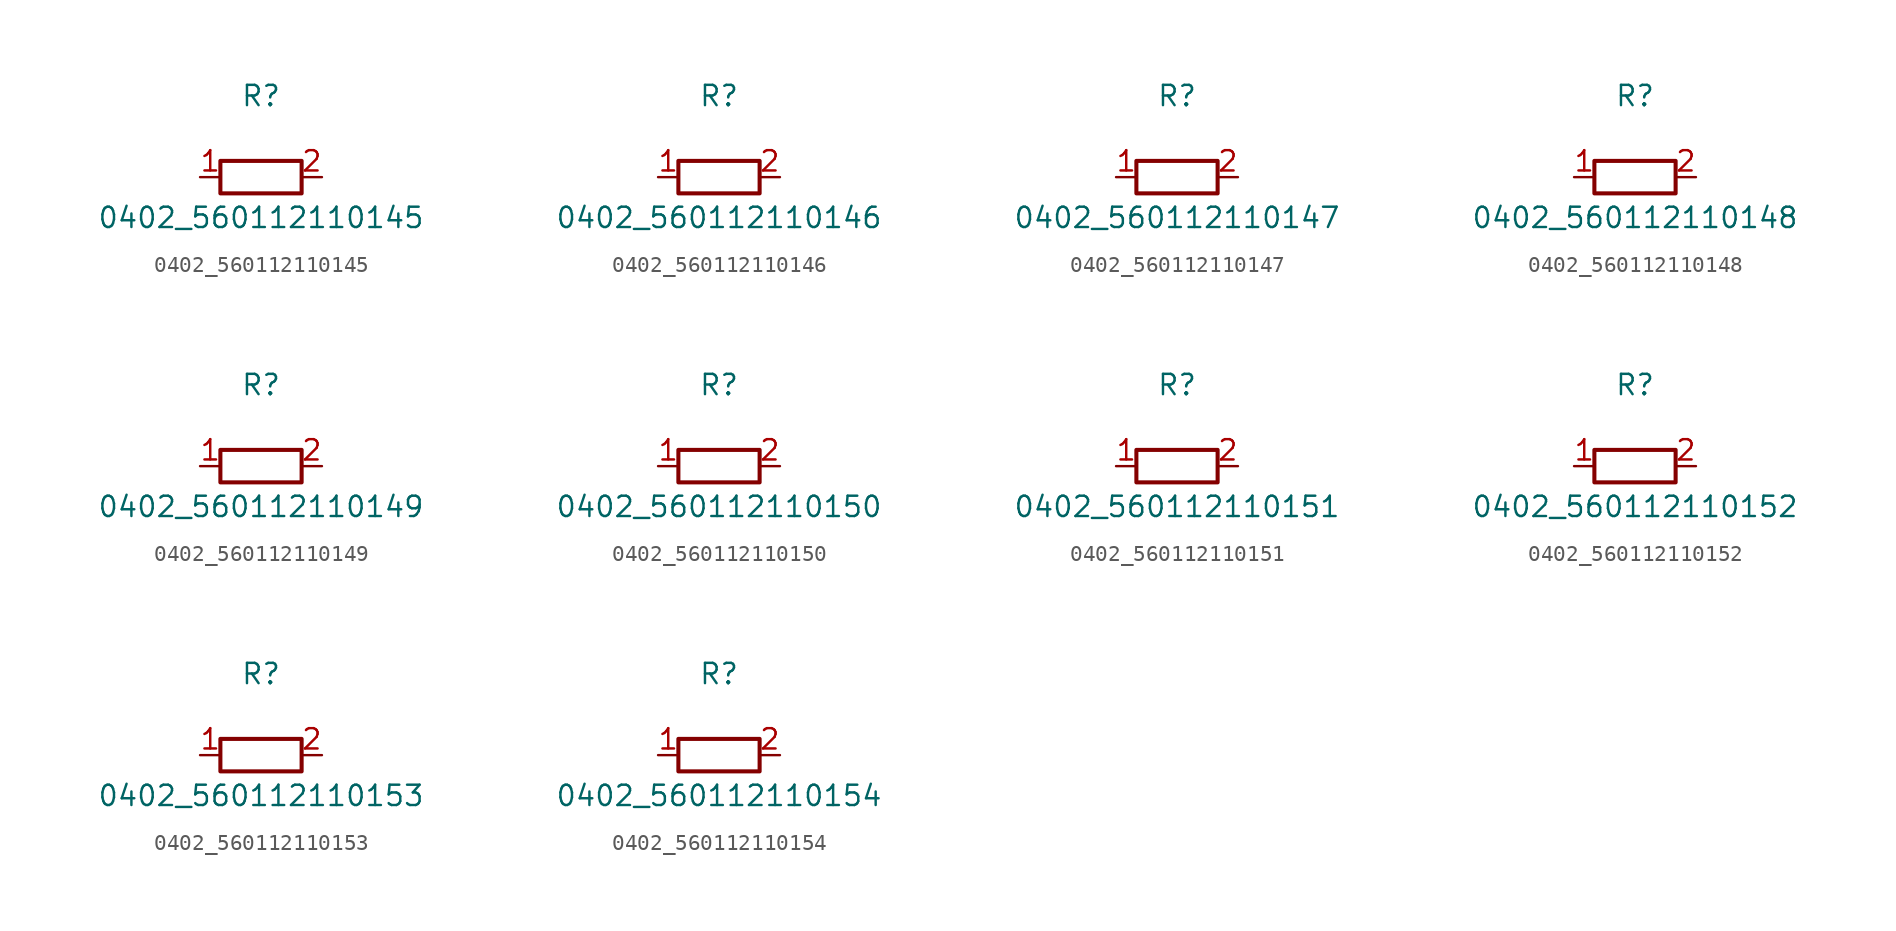
<source format=kicad_sym>
(kicad_symbol_lib
  (version 20220914)
  (generator kicad_symbol_editor)
  (symbol "0402_560112110145"
    (pin_names hide)
    (property "Reference" "R"
      (at 0 5.08 0)
      (effects (font (size 1.27 1.27))))
    (property "Value" "0402_560112110145"
      (at 0 -2.54 0)
      (effects (font (size 1.27 1.27))))
    (symbol "0402_560112110145_0_1"
      (rectangle (start -2.54 -1.016) (end 2.54 1.016) (stroke (width 0.254) (type default)) (fill (type none))))
    (symbol "0402_560112110145_1_1"
      (pin passive line (at -3.81 0 0) (length 1.27) (name "~" (effects (font (size 1.27 1.27)))) (number "1" (effects (font (size 1.27 1.27)))))
      (pin passive line (at 3.81 0 180) (length 1.27) (name "~" (effects (font (size 1.27 1.27)))) (number "2" (effects (font (size 1.27 1.27)))))))
  (symbol "0402_560112110146"
    (pin_names hide)
    (property "Reference" "R"
      (at 0 5.08 0)
      (effects (font (size 1.27 1.27))))
    (property "Value" "0402_560112110146"
      (at 0 -2.54 0)
      (effects (font (size 1.27 1.27))))
    (symbol "0402_560112110146_0_1"
      (rectangle (start -2.54 -1.016) (end 2.54 1.016) (stroke (width 0.254) (type default)) (fill (type none))))
    (symbol "0402_560112110146_1_1"
      (pin passive line (at -3.81 0 0) (length 1.27) (name "~" (effects (font (size 1.27 1.27)))) (number "1" (effects (font (size 1.27 1.27)))))
      (pin passive line (at 3.81 0 180) (length 1.27) (name "~" (effects (font (size 1.27 1.27)))) (number "2" (effects (font (size 1.27 1.27)))))))
  (symbol "0402_560112110147"
    (pin_names hide)
    (property "Reference" "R"
      (at 0 5.08 0)
      (effects (font (size 1.27 1.27))))
    (property "Value" "0402_560112110147"
      (at 0 -2.54 0)
      (effects (font (size 1.27 1.27))))
    (symbol "0402_560112110147_0_1"
      (rectangle (start -2.54 -1.016) (end 2.54 1.016) (stroke (width 0.254) (type default)) (fill (type none))))
    (symbol "0402_560112110147_1_1"
      (pin passive line (at -3.81 0 0) (length 1.27) (name "~" (effects (font (size 1.27 1.27)))) (number "1" (effects (font (size 1.27 1.27)))))
      (pin passive line (at 3.81 0 180) (length 1.27) (name "~" (effects (font (size 1.27 1.27)))) (number "2" (effects (font (size 1.27 1.27)))))))
  (symbol "0402_560112110148"
    (pin_names hide)
    (property "Reference" "R"
      (at 0 5.08 0)
      (effects (font (size 1.27 1.27))))
    (property "Value" "0402_560112110148"
      (at 0 -2.54 0)
      (effects (font (size 1.27 1.27))))
    (symbol "0402_560112110148_0_1"
      (rectangle (start -2.54 -1.016) (end 2.54 1.016) (stroke (width 0.254) (type default)) (fill (type none))))
    (symbol "0402_560112110148_1_1"
      (pin passive line (at -3.81 0 0) (length 1.27) (name "~" (effects (font (size 1.27 1.27)))) (number "1" (effects (font (size 1.27 1.27)))))
      (pin passive line (at 3.81 0 180) (length 1.27) (name "~" (effects (font (size 1.27 1.27)))) (number "2" (effects (font (size 1.27 1.27)))))))
  (symbol "0402_560112110149"
    (pin_names hide)
    (property "Reference" "R"
      (at 0 5.08 0)
      (effects (font (size 1.27 1.27))))
    (property "Value" "0402_560112110149"
      (at 0 -2.54 0)
      (effects (font (size 1.27 1.27))))
    (symbol "0402_560112110149_0_1"
      (rectangle (start -2.54 -1.016) (end 2.54 1.016) (stroke (width 0.254) (type default)) (fill (type none))))
    (symbol "0402_560112110149_1_1"
      (pin passive line (at -3.81 0 0) (length 1.27) (name "~" (effects (font (size 1.27 1.27)))) (number "1" (effects (font (size 1.27 1.27)))))
      (pin passive line (at 3.81 0 180) (length 1.27) (name "~" (effects (font (size 1.27 1.27)))) (number "2" (effects (font (size 1.27 1.27)))))))
  (symbol "0402_560112110150"
    (pin_names hide)
    (property "Reference" "R"
      (at 0 5.08 0)
      (effects (font (size 1.27 1.27))))
    (property "Value" "0402_560112110150"
      (at 0 -2.54 0)
      (effects (font (size 1.27 1.27))))
    (symbol "0402_560112110150_0_1"
      (rectangle (start -2.54 -1.016) (end 2.54 1.016) (stroke (width 0.254) (type default)) (fill (type none))))
    (symbol "0402_560112110150_1_1"
      (pin passive line (at -3.81 0 0) (length 1.27) (name "~" (effects (font (size 1.27 1.27)))) (number "1" (effects (font (size 1.27 1.27)))))
      (pin passive line (at 3.81 0 180) (length 1.27) (name "~" (effects (font (size 1.27 1.27)))) (number "2" (effects (font (size 1.27 1.27)))))))
  (symbol "0402_560112110151"
    (pin_names hide)
    (property "Reference" "R"
      (at 0 5.08 0)
      (effects (font (size 1.27 1.27))))
    (property "Value" "0402_560112110151"
      (at 0 -2.54 0)
      (effects (font (size 1.27 1.27))))
    (symbol "0402_560112110151_0_1"
      (rectangle (start -2.54 -1.016) (end 2.54 1.016) (stroke (width 0.254) (type default)) (fill (type none))))
    (symbol "0402_560112110151_1_1"
      (pin passive line (at -3.81 0 0) (length 1.27) (name "~" (effects (font (size 1.27 1.27)))) (number "1" (effects (font (size 1.27 1.27)))))
      (pin passive line (at 3.81 0 180) (length 1.27) (name "~" (effects (font (size 1.27 1.27)))) (number "2" (effects (font (size 1.27 1.27)))))))
  (symbol "0402_560112110152"
    (pin_names hide)
    (property "Reference" "R"
      (at 0 5.08 0)
      (effects (font (size 1.27 1.27))))
    (property "Value" "0402_560112110152"
      (at 0 -2.54 0)
      (effects (font (size 1.27 1.27))))
    (symbol "0402_560112110152_0_1"
      (rectangle (start -2.54 -1.016) (end 2.54 1.016) (stroke (width 0.254) (type default)) (fill (type none))))
    (symbol "0402_560112110152_1_1"
      (pin passive line (at -3.81 0 0) (length 1.27) (name "~" (effects (font (size 1.27 1.27)))) (number "1" (effects (font (size 1.27 1.27)))))
      (pin passive line (at 3.81 0 180) (length 1.27) (name "~" (effects (font (size 1.27 1.27)))) (number "2" (effects (font (size 1.27 1.27)))))))
  (symbol "0402_560112110153"
    (pin_names hide)
    (property "Reference" "R"
      (at 0 5.08 0)
      (effects (font (size 1.27 1.27))))
    (property "Value" "0402_560112110153"
      (at 0 -2.54 0)
      (effects (font (size 1.27 1.27))))
    (symbol "0402_560112110153_0_1"
      (rectangle (start -2.54 -1.016) (end 2.54 1.016) (stroke (width 0.254) (type default)) (fill (type none))))
    (symbol "0402_560112110153_1_1"
      (pin passive line (at -3.81 0 0) (length 1.27) (name "~" (effects (font (size 1.27 1.27)))) (number "1" (effects (font (size 1.27 1.27)))))
      (pin passive line (at 3.81 0 180) (length 1.27) (name "~" (effects (font (size 1.27 1.27)))) (number "2" (effects (font (size 1.27 1.27)))))))
  (symbol "0402_560112110154"
    (pin_names hide)
    (property "Reference" "R"
      (at 0 5.08 0)
      (effects (font (size 1.27 1.27))))
    (property "Value" "0402_560112110154"
      (at 0 -2.54 0)
      (effects (font (size 1.27 1.27))))
    (symbol "0402_560112110154_0_1"
      (rectangle (start -2.54 -1.016) (end 2.54 1.016) (stroke (width 0.254) (type default)) (fill (type none))))
    (symbol "0402_560112110154_1_1"
      (pin passive line (at -3.81 0 0) (length 1.27) (name "~" (effects (font (size 1.27 1.27)))) (number "1" (effects (font (size 1.27 1.27)))))
      (pin passive line (at 3.81 0 180) (length 1.27) (name "~" (effects (font (size 1.27 1.27)))) (number "2" (effects (font (size 1.27 1.27))))))))
</source>
